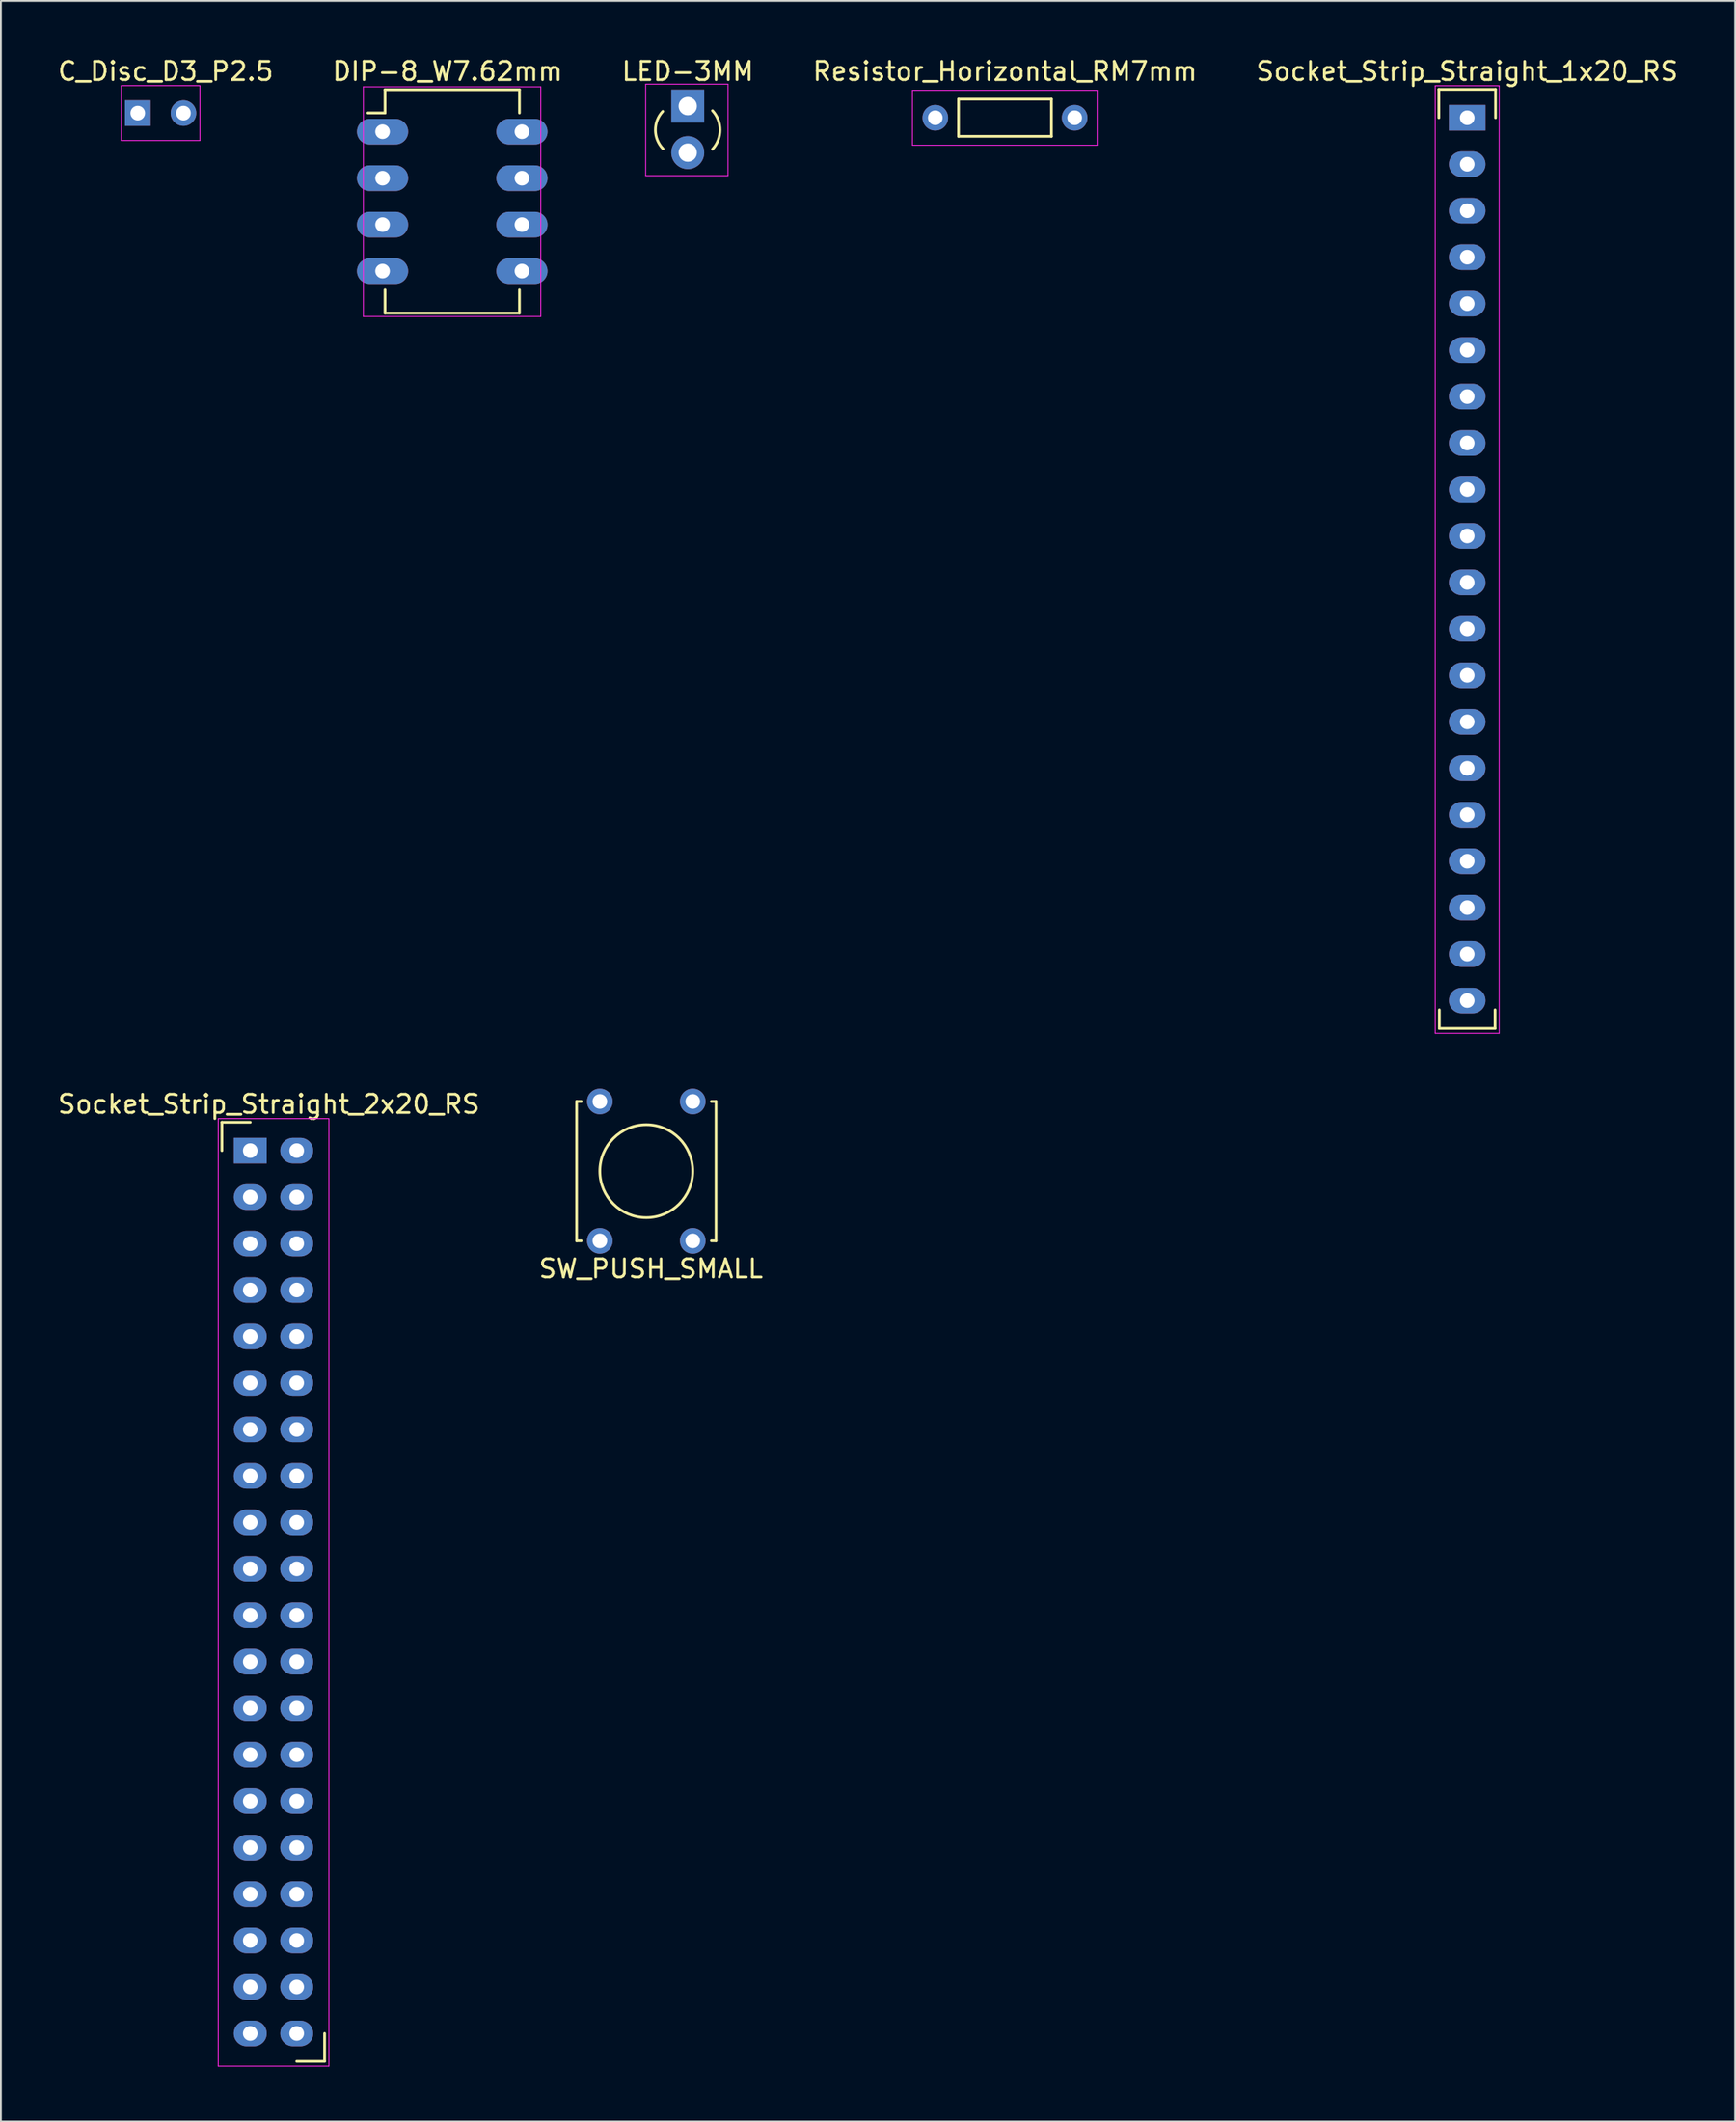
<source format=kicad_pcb>
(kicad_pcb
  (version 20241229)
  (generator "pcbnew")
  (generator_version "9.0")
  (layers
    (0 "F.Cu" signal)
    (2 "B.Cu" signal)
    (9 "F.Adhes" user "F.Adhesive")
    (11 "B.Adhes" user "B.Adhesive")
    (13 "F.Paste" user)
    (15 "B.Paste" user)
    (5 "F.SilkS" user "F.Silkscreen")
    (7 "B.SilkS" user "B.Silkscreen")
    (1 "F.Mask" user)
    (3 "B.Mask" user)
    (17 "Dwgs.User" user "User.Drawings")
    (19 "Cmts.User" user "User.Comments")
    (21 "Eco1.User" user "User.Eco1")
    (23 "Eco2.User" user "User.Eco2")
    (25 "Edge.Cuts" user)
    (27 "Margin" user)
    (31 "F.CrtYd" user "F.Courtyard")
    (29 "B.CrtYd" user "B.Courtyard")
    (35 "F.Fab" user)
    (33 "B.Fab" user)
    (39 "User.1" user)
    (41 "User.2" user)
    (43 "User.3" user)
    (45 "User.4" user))
  (footprint "Resistor_Horizontal_RM7mm"
    (layer "F.Cu")
    (at 48.089 3.388)
    (property "Reference" "Resistor_Horizontal_RM7mm" (at 3.81 -2.54 0) (layer "F.SilkS") (effects (font (size 1 1) (thickness 0.15))))
    (attr through_hole)
    (fp_line (start 1.27 -1.016) (end 1.27 1.016) (stroke (width 0.15) (type solid)) (layer "F.SilkS"))
    (fp_line (start 1.27 -1.016) (end 6.35 -1.016) (stroke (width 0.15) (type solid)) (layer "F.SilkS"))
    (fp_line (start 6.35 -1.016) (end 6.35 1.016) (stroke (width 0.15) (type solid)) (layer "F.SilkS"))
    (fp_line (start 6.35 1.016) (end 1.27 1.016) (stroke (width 0.15) (type solid)) (layer "F.SilkS"))
    (fp_line (start -1.25 -1.5) (end 8.85 -1.5) (stroke (width 0.05) (type solid)) (layer "F.CrtYd"))
    (fp_line (start -1.25 1.5) (end -1.25 -1.5) (stroke (width 0.05) (type solid)) (layer "F.CrtYd"))
    (fp_line (start -1.25 1.5) (end 8.85 1.5) (stroke (width 0.05) (type solid)) (layer "F.CrtYd"))
    (fp_line (start 8.85 -1.5) (end 8.85 1.5) (stroke (width 0.05) (type solid)) (layer "F.CrtYd"))
    (pad "1" thru_hole circle (at 0 0) (size 1.4 1.4) (drill 0.8) (layers "*.Cu" "*.Mask"))
    (pad "2" thru_hole circle (at 7.62 0) (size 1.4 1.4) (drill 0.8) (layers "*.Cu" "*.Mask")))
  (footprint "Socket_Strip_Straight_1x20_RS"
    (layer "F.Cu")
    (at 77.173 3.388)
    (property "Reference" "Socket_Strip_Straight_1x20_RS" (at 0 -2.54 0) (layer "F.SilkS") (effects (font (size 1 1) (thickness 0.15))))
    (attr through_hole)
    (fp_line (start -1.55 -1.55) (end -1.55 0) (stroke (width 0.15) (type solid)) (layer "F.SilkS"))
    (fp_line (start -1.524 49.784) (end -1.524 48.768) (stroke (width 0.15) (type solid)) (layer "F.SilkS"))
    (fp_line (start 1.524 48.768) (end 1.524 49.784) (stroke (width 0.15) (type solid)) (layer "F.SilkS"))
    (fp_line (start 1.524 49.784) (end -1.524 49.784) (stroke (width 0.15) (type solid)) (layer "F.SilkS"))
    (fp_line (start 1.55 -1.55) (end -1.55 -1.55) (stroke (width 0.15) (type solid)) (layer "F.SilkS"))
    (fp_line (start 1.55 0) (end 1.55 -1.55) (stroke (width 0.15) (type solid)) (layer "F.SilkS"))
    (fp_line (start -1.75 -1.75) (end -1.75 50.05) (stroke (width 0.05) (type solid)) (layer "F.CrtYd"))
    (fp_line (start 1.75 -1.75) (end -1.75 -1.75) (stroke (width 0.05) (type solid)) (layer "F.CrtYd"))
    (fp_line (start 1.75 -1.75) (end 1.75 50.05) (stroke (width 0.05) (type solid)) (layer "F.CrtYd"))
    (fp_line (start 1.75 50.05) (end -1.75 50.05) (stroke (width 0.05) (type solid)) (layer "F.CrtYd"))
    (pad "1" thru_hole rect (at 0 0 270) (size 1.4 2) (drill 0.8) (layers "*.Cu" "*.Mask"))
    (pad "2" thru_hole oval (at 0 2.54 270) (size 1.4 2) (drill 0.8) (layers "*.Cu" "*.Mask"))
    (pad "3" thru_hole oval (at 0 5.08 270) (size 1.4 2) (drill 0.8) (layers "*.Cu" "*.Mask"))
    (pad "4" thru_hole oval (at 0 7.62 270) (size 1.4 2) (drill 0.8) (layers "*.Cu" "*.Mask"))
    (pad "5" thru_hole oval (at 0 10.16 270) (size 1.4 2) (drill 0.8) (layers "*.Cu" "*.Mask"))
    (pad "6" thru_hole oval (at 0 12.7 270) (size 1.4 2) (drill 0.8) (layers "*.Cu" "*.Mask"))
    (pad "7" thru_hole oval (at 0 15.24 270) (size 1.4 2) (drill 0.8) (layers "*.Cu" "*.Mask"))
    (pad "8" thru_hole oval (at 0 17.78 270) (size 1.4 2) (drill 0.8) (layers "*.Cu" "*.Mask"))
    (pad "9" thru_hole oval (at 0 20.32 270) (size 1.4 2) (drill 0.8) (layers "*.Cu" "*.Mask"))
    (pad "10" thru_hole oval (at 0 22.86 270) (size 1.4 2) (drill 0.8) (layers "*.Cu" "*.Mask"))
    (pad "11" thru_hole oval (at 0 25.4 270) (size 1.4 2) (drill 0.8) (layers "*.Cu" "*.Mask"))
    (pad "12" thru_hole oval (at 0 27.94 270) (size 1.4 2) (drill 0.8) (layers "*.Cu" "*.Mask"))
    (pad "13" thru_hole oval (at 0 30.48 270) (size 1.4 2) (drill 0.8) (layers "*.Cu" "*.Mask"))
    (pad "14" thru_hole oval (at 0 33.02 270) (size 1.4 2) (drill 0.8) (layers "*.Cu" "*.Mask"))
    (pad "15" thru_hole oval (at 0 35.56 270) (size 1.4 2) (drill 0.8) (layers "*.Cu" "*.Mask"))
    (pad "16" thru_hole oval (at 0 38.1 270) (size 1.4 2) (drill 0.8) (layers "*.Cu" "*.Mask"))
    (pad "17" thru_hole oval (at 0 40.64 270) (size 1.4 2) (drill 0.8) (layers "*.Cu" "*.Mask"))
    (pad "18" thru_hole oval (at 0 43.18 270) (size 1.4 2) (drill 0.8) (layers "*.Cu" "*.Mask"))
    (pad "19" thru_hole oval (at 0 45.72 270) (size 1.4 2) (drill 0.8) (layers "*.Cu" "*.Mask"))
    (pad "20" thru_hole oval (at 0 48.26 270) (size 1.4 2) (drill 0.8) (layers "*.Cu" "*.Mask")))
  (footprint "LED-3MM"
    (layer "F.Cu")
    (at 34.554 2.753)
    (property "Reference" "LED-3MM" (at 0 -1.905 0) (layer "F.SilkS") (effects (font (size 1 1) (thickness 0.15))))
    (attr through_hole)
    (fp_arc (start -1.348 2.335) (mid -1.76873 1.31492) (end -1.367252 0.287111) (stroke (width 0.15) (type solid)) (layer "F.SilkS"))
    (fp_arc (start 1.354 0.25) (mid 1.766142 1.301686) (end 1.353067 2.353005) (stroke (width 0.15) (type solid)) (layer "F.SilkS"))
    (fp_line (start -2.3 -1.2) (end -2.3 3.8) (stroke (width 0.05) (type solid)) (layer "F.CrtYd"))
    (fp_line (start -2.3 3.8) (end 2.2 3.8) (stroke (width 0.05) (type solid)) (layer "F.CrtYd"))
    (fp_line (start 2.2 -1.2) (end -2.3 -1.2) (stroke (width 0.05) (type solid)) (layer "F.CrtYd"))
    (fp_line (start 2.2 3.8) (end 2.2 -1.2) (stroke (width 0.05) (type solid)) (layer "F.CrtYd"))
    (pad "1" thru_hole rect (at 0 0) (size 1.8 1.8) (drill 1) (layers "*.Cu" "*.Mask"))
    (pad "2" thru_hole circle (at 0 2.54 270) (size 1.8 1.8) (drill 1) (layers "*.Cu" "*.Mask")))
  (footprint "SW_PUSH_SMALL"
    (layer "F.Cu")
    (at 32.288 60.973)
    (property "Reference" "SW_PUSH_SMALL" (at 0.254 5.334 0) (layer "F.SilkS") (effects (font (size 1 1) (thickness 0.15))))
    (attr through_hole)
    (fp_line (start -3.81 3.81) (end -3.81 -3.81) (stroke (width 0.15) (type solid)) (layer "F.SilkS"))
    (fp_line (start -3.556 -3.81) (end -3.81 -3.81) (stroke (width 0.15) (type solid)) (layer "F.SilkS"))
    (fp_line (start -3.556 3.81) (end -3.81 3.81) (stroke (width 0.15) (type solid)) (layer "F.SilkS"))
    (fp_line (start 3.556 -3.81) (end 3.81 -3.81) (stroke (width 0.15) (type solid)) (layer "F.SilkS"))
    (fp_line (start 3.556 3.81) (end 3.81 3.81) (stroke (width 0.15) (type solid)) (layer "F.SilkS"))
    (fp_line (start 3.81 -3.81) (end 3.81 3.81) (stroke (width 0.15) (type solid)) (layer "F.SilkS"))
    (fp_circle (center 0 0) (end -2.54 0) (stroke (width 0.15) (type solid)) (fill no) (layer "F.SilkS"))
    (pad "1" thru_hole circle (at -2.54 -3.81 90) (size 1.4 1.4) (drill 0.8) (layers "*.Cu" "*.Mask"))
    (pad "2" thru_hole circle (at -2.54 3.81 90) (size 1.4 1.4) (drill 0.8) (layers "*.Cu" "*.Mask"))
    (pad "3" thru_hole circle (at 2.54 3.81 90) (size 1.4 1.4) (drill 0.8) (layers "*.Cu" "*.Mask"))
    (pad "4" thru_hole circle (at 2.54 -3.81 90) (size 1.4 1.4) (drill 0.8) (layers "*.Cu" "*.Mask")))
  (footprint "C_Disc_D3_P2.5"
    (layer "F.Cu")
    (at 4.482 3.134)
    (property "Reference" "C_Disc_D3_P2.5" (at 1.524 -2.286 0) (layer "F.SilkS") (effects (font (size 1 1) (thickness 0.15))))
    (attr through_hole)
    (fp_line (start -0.9 -1.5) (end 3.4 -1.5) (stroke (width 0.05) (type solid)) (layer "F.CrtYd"))
    (fp_line (start -0.9 1.5) (end -0.9 -1.5) (stroke (width 0.05) (type solid)) (layer "F.CrtYd"))
    (fp_line (start 3.4 -1.5) (end 3.4 1.5) (stroke (width 0.05) (type solid)) (layer "F.CrtYd"))
    (fp_line (start 3.4 1.5) (end -0.9 1.5) (stroke (width 0.05) (type solid)) (layer "F.CrtYd"))
    (pad "1" thru_hole rect (at 0 0) (size 1.4 1.4) (drill 0.8) (layers "*.Cu" "*.Mask"))
    (pad "2" thru_hole circle (at 2.5 0) (size 1.4 1.4) (drill 0.8) (layers "*.Cu" "*.Mask")))
  (footprint "Socket_Strip_Straight_2x20_RS"
    (layer "F.Cu")
    (at 10.633 59.852)
    (property "Reference" "Socket_Strip_Straight_2x20_RS" (at 1.016 -2.54 0) (layer "F.SilkS") (effects (font (size 1 1) (thickness 0.15))))
    (attr through_hole)
    (fp_line (start -1.55 -1.55) (end 0 -1.55) (stroke (width 0.15) (type solid)) (layer "F.SilkS"))
    (fp_line (start -1.55 0) (end -1.55 -1.55) (stroke (width 0.15) (type solid)) (layer "F.SilkS"))
    (fp_line (start 2.54 49.784) (end 4.064 49.784) (stroke (width 0.15) (type solid)) (layer "F.SilkS"))
    (fp_line (start 4.064 49.784) (end 4.064 48.26) (stroke (width 0.15) (type solid)) (layer "F.SilkS"))
    (fp_line (start -1.75 -1.75) (end -1.75 50.05) (stroke (width 0.05) (type solid)) (layer "F.CrtYd"))
    (fp_line (start -1.75 -1.75) (end 4.3 -1.75) (stroke (width 0.05) (type solid)) (layer "F.CrtYd"))
    (fp_line (start -1.75 50.05) (end 4.3 50.05) (stroke (width 0.05) (type solid)) (layer "F.CrtYd"))
    (fp_line (start 4.3 -1.75) (end 4.3 50.05) (stroke (width 0.05) (type solid)) (layer "F.CrtYd"))
    (pad "1" thru_hole rect (at 0 0 270) (size 1.4 1.8) (drill 0.8) (layers "*.Cu" "*.Mask"))
    (pad "2" thru_hole oval (at 2.54 0 270) (size 1.4 1.8) (drill 0.8) (layers "*.Cu" "*.Mask"))
    (pad "3" thru_hole oval (at 0 2.54 270) (size 1.4 1.8) (drill 0.8) (layers "*.Cu" "*.Mask"))
    (pad "4" thru_hole oval (at 2.54 2.54 270) (size 1.4 1.8) (drill 0.8) (layers "*.Cu" "*.Mask"))
    (pad "5" thru_hole oval (at 0 5.08 270) (size 1.4 1.8) (drill 0.8) (layers "*.Cu" "*.Mask"))
    (pad "6" thru_hole oval (at 2.54 5.08 270) (size 1.4 1.8) (drill 0.8) (layers "*.Cu" "*.Mask"))
    (pad "7" thru_hole oval (at 0 7.62 270) (size 1.4 1.8) (drill 0.8) (layers "*.Cu" "*.Mask"))
    (pad "8" thru_hole oval (at 2.54 7.62 270) (size 1.4 1.8) (drill 0.8) (layers "*.Cu" "*.Mask"))
    (pad "9" thru_hole oval (at 0 10.16 270) (size 1.4 1.8) (drill 0.8) (layers "*.Cu" "*.Mask"))
    (pad "10" thru_hole oval (at 2.54 10.16 270) (size 1.4 1.8) (drill 0.8) (layers "*.Cu" "*.Mask"))
    (pad "11" thru_hole oval (at 0 12.7 270) (size 1.4 1.8) (drill 0.8) (layers "*.Cu" "*.Mask"))
    (pad "12" thru_hole oval (at 2.54 12.7 270) (size 1.4 1.8) (drill 0.8) (layers "*.Cu" "*.Mask"))
    (pad "13" thru_hole oval (at 0 15.24 270) (size 1.4 1.8) (drill 0.8) (layers "*.Cu" "*.Mask"))
    (pad "14" thru_hole oval (at 2.54 15.24 270) (size 1.4 1.8) (drill 0.8) (layers "*.Cu" "*.Mask"))
    (pad "15" thru_hole oval (at 0 17.78 270) (size 1.4 1.8) (drill 0.8) (layers "*.Cu" "*.Mask"))
    (pad "16" thru_hole oval (at 2.54 17.78 270) (size 1.4 1.8) (drill 0.8) (layers "*.Cu" "*.Mask"))
    (pad "17" thru_hole oval (at 0 20.32 270) (size 1.4 1.8) (drill 0.8) (layers "*.Cu" "*.Mask"))
    (pad "18" thru_hole oval (at 2.54 20.32 270) (size 1.4 1.8) (drill 0.8) (layers "*.Cu" "*.Mask"))
    (pad "19" thru_hole oval (at 0 22.86 270) (size 1.4 1.8) (drill 0.8) (layers "*.Cu" "*.Mask"))
    (pad "20" thru_hole oval (at 2.54 22.86 270) (size 1.4 1.8) (drill 0.8) (layers "*.Cu" "*.Mask"))
    (pad "21" thru_hole oval (at 0 25.4 270) (size 1.4 1.8) (drill 0.8) (layers "*.Cu" "*.Mask"))
    (pad "22" thru_hole oval (at 2.54 25.4 270) (size 1.4 1.8) (drill 0.8) (layers "*.Cu" "*.Mask"))
    (pad "23" thru_hole oval (at 0 27.94 270) (size 1.4 1.8) (drill 0.8) (layers "*.Cu" "*.Mask"))
    (pad "24" thru_hole oval (at 2.54 27.94 270) (size 1.4 1.8) (drill 0.8) (layers "*.Cu" "*.Mask"))
    (pad "25" thru_hole oval (at 0 30.48 270) (size 1.4 1.8) (drill 0.8) (layers "*.Cu" "*.Mask"))
    (pad "26" thru_hole oval (at 2.54 30.48 270) (size 1.4 1.8) (drill 0.8) (layers "*.Cu" "*.Mask"))
    (pad "27" thru_hole oval (at 0 33.02 270) (size 1.4 1.8) (drill 0.8) (layers "*.Cu" "*.Mask"))
    (pad "28" thru_hole oval (at 2.54 33.02 270) (size 1.4 1.8) (drill 0.8) (layers "*.Cu" "*.Mask"))
    (pad "29" thru_hole oval (at 0 35.56 270) (size 1.4 1.8) (drill 0.8) (layers "*.Cu" "*.Mask"))
    (pad "30" thru_hole oval (at 2.54 35.56 270) (size 1.4 1.8) (drill 0.8) (layers "*.Cu" "*.Mask"))
    (pad "31" thru_hole oval (at 0 38.1 270) (size 1.4 1.8) (drill 0.8) (layers "*.Cu" "*.Mask"))
    (pad "32" thru_hole oval (at 2.54 38.1 270) (size 1.4 1.8) (drill 0.8) (layers "*.Cu" "*.Mask"))
    (pad "33" thru_hole oval (at 0 40.64 270) (size 1.4 1.8) (drill 0.8) (layers "*.Cu" "*.Mask"))
    (pad "34" thru_hole oval (at 2.54 40.64 270) (size 1.4 1.8) (drill 0.8) (layers "*.Cu" "*.Mask"))
    (pad "35" thru_hole oval (at 0 43.18 270) (size 1.4 1.8) (drill 0.8) (layers "*.Cu" "*.Mask"))
    (pad "36" thru_hole oval (at 2.54 43.18 270) (size 1.4 1.8) (drill 0.8) (layers "*.Cu" "*.Mask"))
    (pad "37" thru_hole oval (at 0 45.72 270) (size 1.4 1.8) (drill 0.8) (layers "*.Cu" "*.Mask"))
    (pad "38" thru_hole oval (at 2.54 45.72 270) (size 1.4 1.8) (drill 0.8) (layers "*.Cu" "*.Mask"))
    (pad "39" thru_hole oval (at 0 48.26 270) (size 1.4 1.8) (drill 0.8) (layers "*.Cu" "*.Mask"))
    (pad "40" thru_hole oval (at 2.54 48.26 270) (size 1.4 1.8) (drill 0.8) (layers "*.Cu" "*.Mask")))
  (footprint "DIP-8_W7.62mm"
    (layer "F.Cu")
    (at 17.867 4.15)
    (property "Reference" "DIP-8_W7.62mm" (at 3.556 -3.302 0) (layer "F.SilkS") (effects (font (size 1 1) (thickness 0.15))))
    (attr through_hole)
    (fp_line (start 0.135 -2.295) (end 0.135 -1.025) (stroke (width 0.15) (type solid)) (layer "F.SilkS"))
    (fp_line (start 0.135 -2.295) (end 7.485 -2.295) (stroke (width 0.15) (type solid)) (layer "F.SilkS"))
    (fp_line (start 0.135 -1.025) (end -0.8 -1.025) (stroke (width 0.15) (type solid)) (layer "F.SilkS"))
    (fp_line (start 0.135 9.915) (end 0.135 8.645) (stroke (width 0.15) (type solid)) (layer "F.SilkS"))
    (fp_line (start 0.135 9.915) (end 7.485 9.915) (stroke (width 0.15) (type solid)) (layer "F.SilkS"))
    (fp_line (start 7.485 -2.295) (end 7.485 -1.025) (stroke (width 0.15) (type solid)) (layer "F.SilkS"))
    (fp_line (start 7.485 9.915) (end 7.485 8.645) (stroke (width 0.15) (type solid)) (layer "F.SilkS"))
    (fp_line (start -1.05 -2.45) (end -1.05 10.1) (stroke (width 0.05) (type solid)) (layer "F.CrtYd"))
    (fp_line (start -1.05 -2.45) (end 8.65 -2.45) (stroke (width 0.05) (type solid)) (layer "F.CrtYd"))
    (fp_line (start -1.05 10.1) (end 8.65 10.1) (stroke (width 0.05) (type solid)) (layer "F.CrtYd"))
    (fp_line (start 8.65 -2.45) (end 8.65 10.1) (stroke (width 0.05) (type solid)) (layer "F.CrtYd"))
    (pad "1" thru_hole oval (at 0 0) (size 2.8 1.4) (drill 0.8) (layers "*.Cu" "*.Mask"))
    (pad "2" thru_hole oval (at 0 2.54) (size 2.8 1.4) (drill 0.8) (layers "*.Cu" "*.Mask"))
    (pad "3" thru_hole oval (at 0 5.08) (size 2.8 1.4) (drill 0.8) (layers "*.Cu" "*.Mask"))
    (pad "4" thru_hole oval (at 0 7.62) (size 2.8 1.4) (drill 0.8) (layers "*.Cu" "*.Mask"))
    (pad "5" thru_hole oval (at 7.62 7.62) (size 2.8 1.4) (drill 0.8) (layers "*.Cu" "*.Mask"))
    (pad "6" thru_hole oval (at 7.62 5.08) (size 2.8 1.4) (drill 0.8) (layers "*.Cu" "*.Mask"))
    (pad "7" thru_hole oval (at 7.62 2.54) (size 2.8 1.4) (drill 0.8) (layers "*.Cu" "*.Mask"))
    (pad "8" thru_hole oval (at 7.62 0) (size 2.8 1.4) (drill 0.8) (layers "*.Cu" "*.Mask")))
  (gr_rect
    (start -3 -3)
    (end 91.821 112.927)
    (stroke (width 0.1) (type default))
    (fill no)
    (layer "Edge.Cuts")))
</source>
